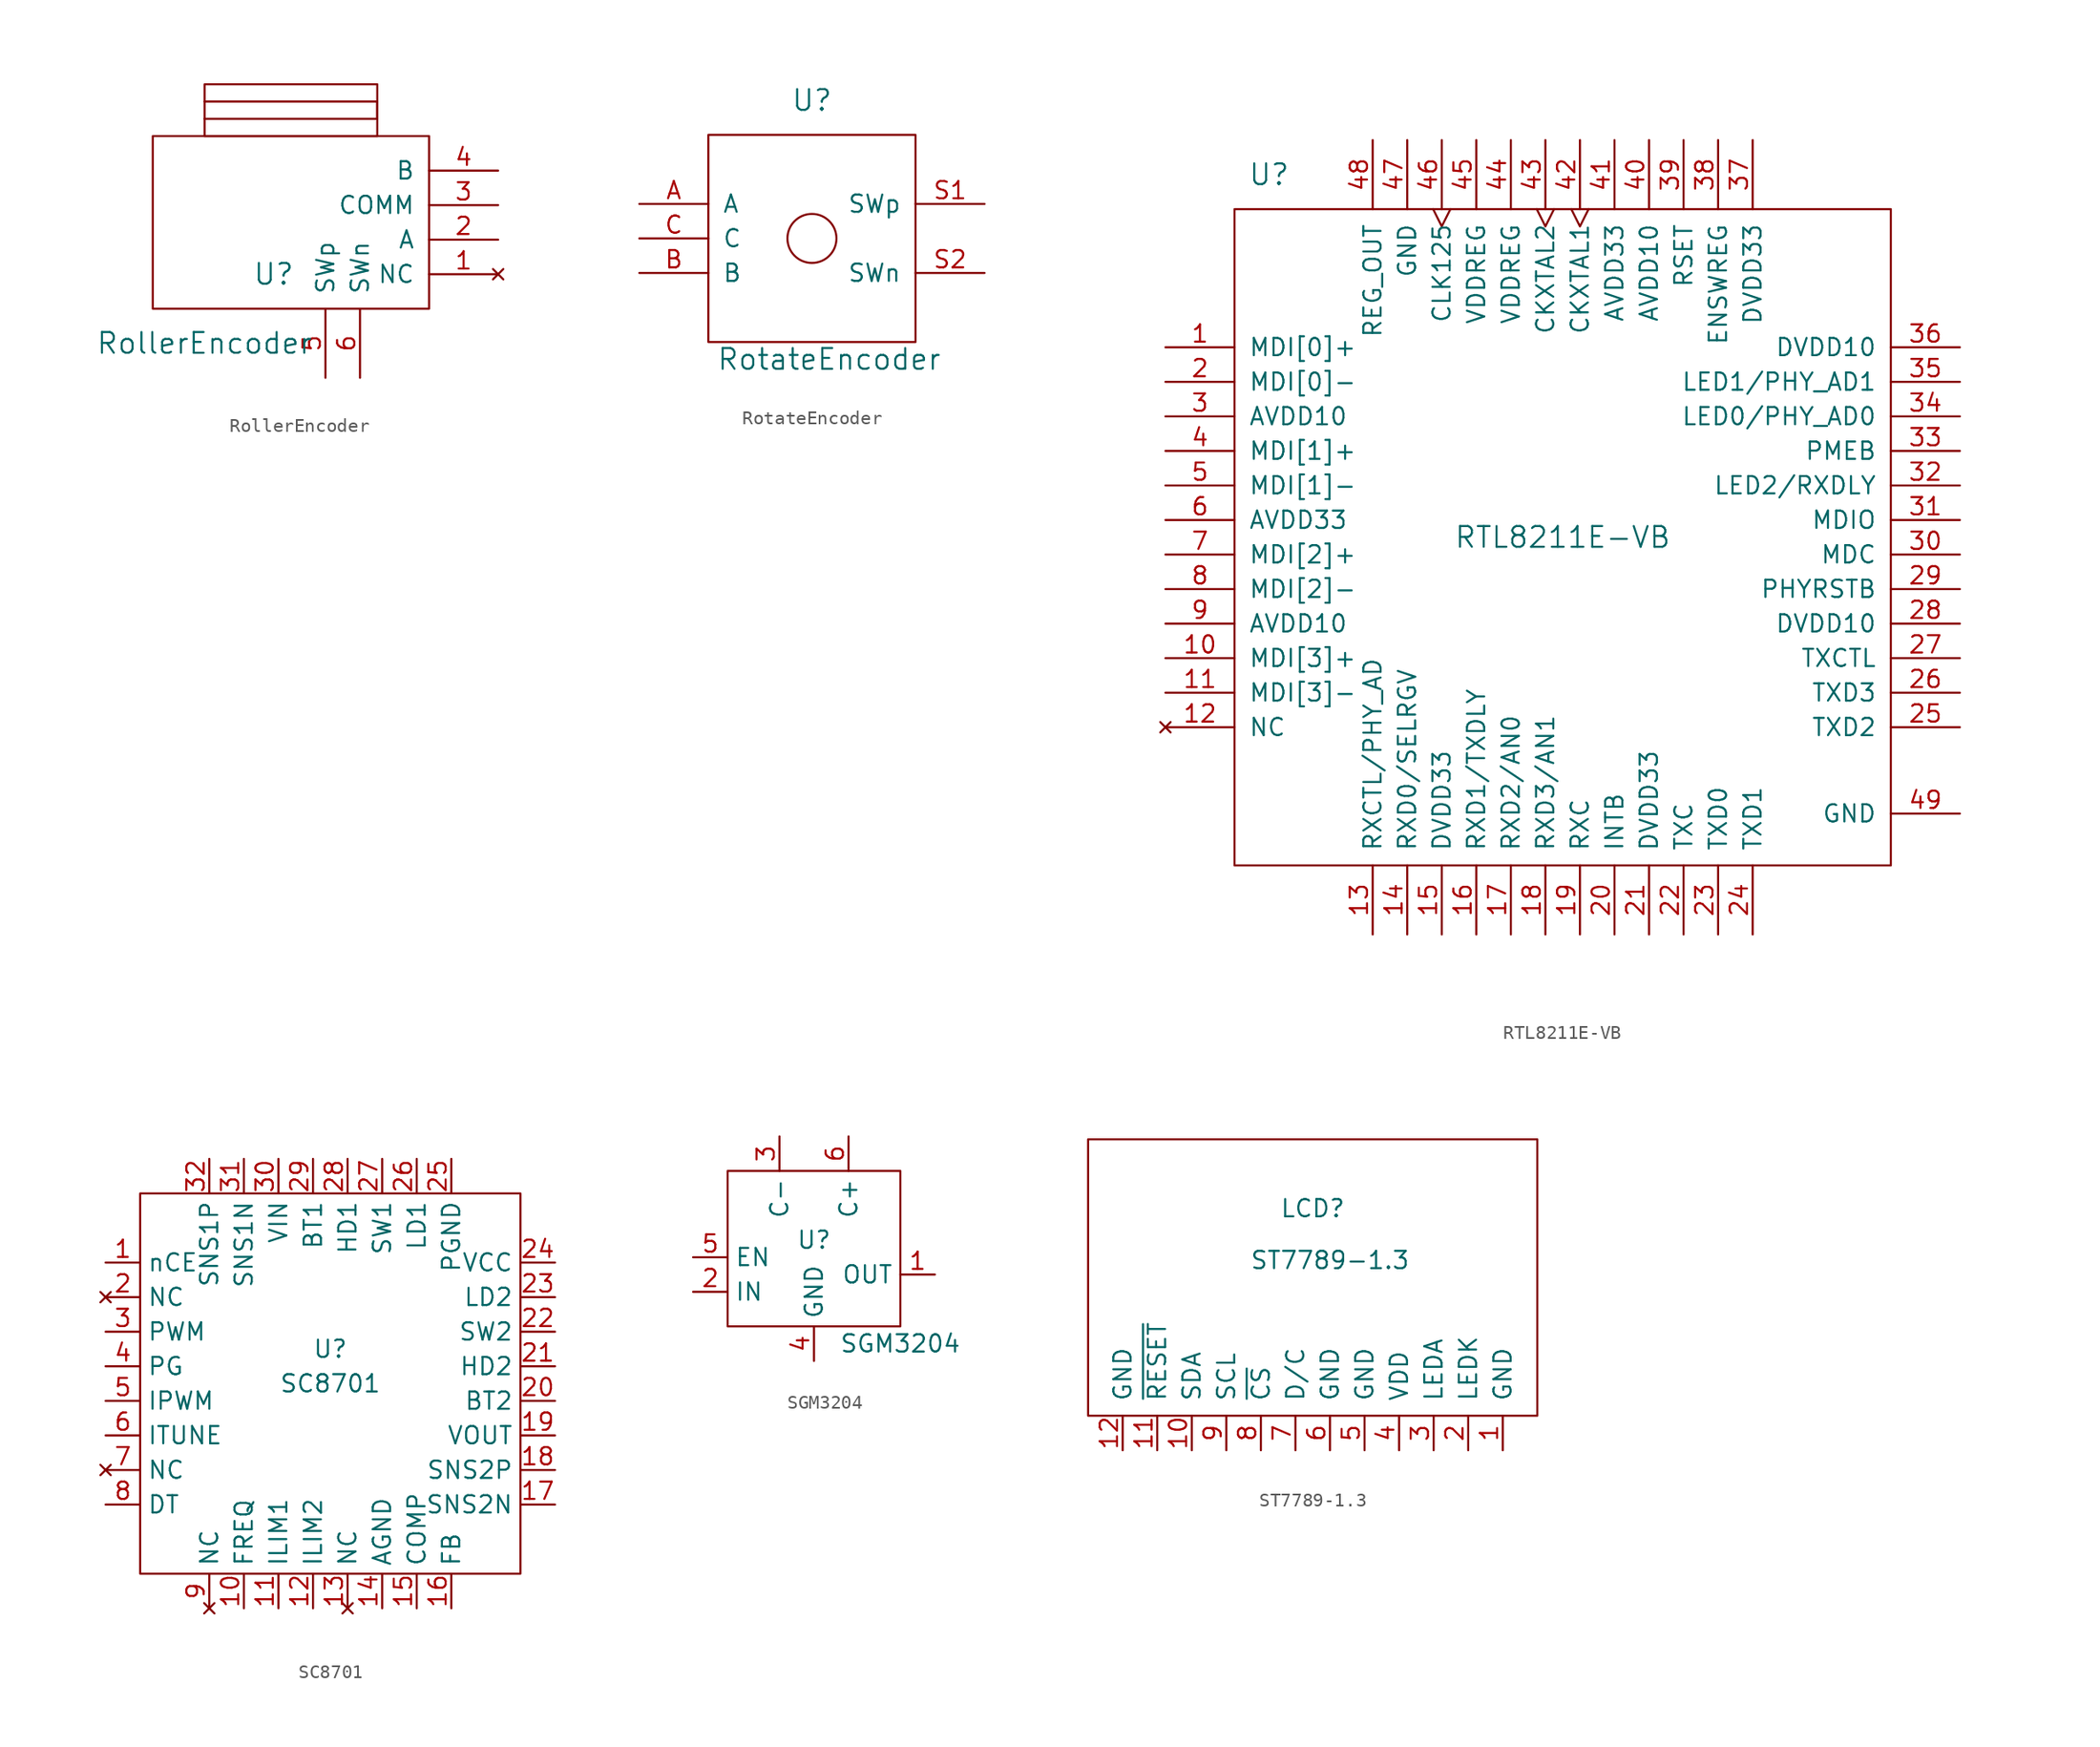
<source format=kicad_sym>
(kicad_symbol_lib
  (version 20220914)
  (generator kicad_symbol_editor)
  (symbol "RollerEncoder"
    (pin_names
      (offset 1.016))
    (property "Reference" "U"
      (at 0 0 0)
      (effects (font (size 1.524 1.524))))
    (property "Value" "RollerEncoder"
      (at -5.08 -5.08 0)
      (effects (font (size 1.524 1.524))))
    (property "Footprint" ""
      (at 0 0 0)
      (effects (font (size 1.524 1.524))))
    (property "Datasheet" ""
      (at 0 0 0)
      (effects (font (size 1.524 1.524))))
    (symbol "RollerEncoder_0_1"
      (rectangle (start -8.89 10.16) (end 11.43 -2.54) (stroke (width 0) (type default)) (fill (type none)))
      (rectangle (start -5.08 10.16) (end 7.62 13.97) (stroke (width 0) (type default)) (fill (type none)))
      (polyline (pts (xy -5.08 12.7) (xy 7.62 12.7) (xy 7.62 11.43) (xy -5.08 11.43)) (stroke (width 0) (type default)) (fill (type none))))
    (symbol "RollerEncoder_1_1"
      (pin no_connect line (at 16.51 0 180) (length 5.08) (name "NC" (effects (font (size 1.27 1.27)))) (number "1" (effects (font (size 1.27 1.27)))))
      (pin input line (at 16.51 2.54 180) (length 5.08) (name "A" (effects (font (size 1.27 1.27)))) (number "2" (effects (font (size 1.27 1.27)))))
      (pin input line (at 16.51 5.08 180) (length 5.08) (name "COMM" (effects (font (size 1.27 1.27)))) (number "3" (effects (font (size 1.27 1.27)))))
      (pin input line (at 16.51 7.62 180) (length 5.08) (name "B" (effects (font (size 1.27 1.27)))) (number "4" (effects (font (size 1.27 1.27)))))
      (pin input line (at 3.81 -7.62 90) (length 5.08) (name "SWp" (effects (font (size 1.27 1.27)))) (number "5" (effects (font (size 1.27 1.27)))))
      (pin input line (at 6.35 -7.62 90) (length 5.08) (name "SWn" (effects (font (size 1.27 1.27)))) (number "6" (effects (font (size 1.27 1.27)))))))
  (symbol "RotateEncoder"
    (pin_names
      (offset 1.016))
    (property "Reference" "U"
      (at 0 10.16 0)
      (effects (font (size 1.524 1.524))))
    (property "Value" "RotateEncoder"
      (at 1.27 -8.89 0)
      (effects (font (size 1.524 1.524))))
    (property "Footprint" ""
      (at 0 -1.27 0)
      (effects (font (size 1.524 1.524))))
    (property "Datasheet" ""
      (at 0 -1.27 0)
      (effects (font (size 1.524 1.524))))
    (symbol "RotateEncoder_0_1"
      (rectangle (start -7.62 7.62) (end 7.62 -7.62) (stroke (width 0) (type default)) (fill (type none)))
      (circle (center 0 0) (radius 1.803) (stroke (width 0) (type default)) (fill (type none))))
    (symbol "RotateEncoder_1_1"
      (pin input line (at -12.7 2.54 0) (length 5.08) (name "A" (effects (font (size 1.27 1.27)))) (number "A" (effects (font (size 1.27 1.27)))))
      (pin input line (at -12.7 -2.54 0) (length 5.08) (name "B" (effects (font (size 1.27 1.27)))) (number "B" (effects (font (size 1.27 1.27)))))
      (pin input line (at -12.7 0 0) (length 5.08) (name "C" (effects (font (size 1.27 1.27)))) (number "C" (effects (font (size 1.27 1.27)))))
      (pin input line (at 12.7 2.54 180) (length 5.08) (name "SWp" (effects (font (size 1.27 1.27)))) (number "S1" (effects (font (size 1.27 1.27)))))
      (pin input line (at 12.7 -2.54 180) (length 5.08) (name "SWn" (effects (font (size 1.27 1.27)))) (number "S2" (effects (font (size 1.27 1.27)))))))
  (symbol "RTL8211E-VB"
    (pin_names
      (offset 1.016))
    (property "Reference" "U"
      (at -20.32 27.94 0)
      (effects (font (size 1.524 1.524))))
    (property "Value" "RTL8211E-VB"
      (at 1.27 1.27 0)
      (effects (font (size 1.524 1.524))))
    (property "Footprint" ""
      (at 10.16 -6.35 0)
      (effects (font (size 1.524 1.524))))
    (property "Datasheet" ""
      (at 10.16 -6.35 0)
      (effects (font (size 1.524 1.524))))
    (symbol "RTL8211E-VB_0_1"
      (rectangle (start -22.86 25.4) (end 25.4 -22.86) (stroke (width 0) (type default)) (fill (type none))))
    (symbol "RTL8211E-VB_1_1"
      (pin bidirectional line (at -27.94 15.24 0) (length 5.08) (name "MDI[0]+" (effects (font (size 1.27 1.27)))) (number "1" (effects (font (size 1.27 1.27)))))
      (pin bidirectional line (at -27.94 -7.62 0) (length 5.08) (name "MDI[3]+" (effects (font (size 1.27 1.27)))) (number "10" (effects (font (size 1.27 1.27)))))
      (pin bidirectional line (at -27.94 -10.16 0) (length 5.08) (name "MDI[3]-" (effects (font (size 1.27 1.27)))) (number "11" (effects (font (size 1.27 1.27)))))
      (pin no_connect line (at -27.94 -12.7 0) (length 5.08) (name "NC" (effects (font (size 1.27 1.27)))) (number "12" (effects (font (size 1.27 1.27)))))
      (pin input line (at -12.7 -27.94 90) (length 5.08) (name "RXCTL/PHY_AD" (effects (font (size 1.27 1.27)))) (number "13" (effects (font (size 1.27 1.27)))))
      (pin input line (at -10.16 -27.94 90) (length 5.08) (name "RXD0/SELRGV" (effects (font (size 1.27 1.27)))) (number "14" (effects (font (size 1.27 1.27)))))
      (pin power_in line (at -7.62 -27.94 90) (length 5.08) (name "DVDD33" (effects (font (size 1.27 1.27)))) (number "15" (effects (font (size 1.27 1.27)))))
      (pin input line (at -5.08 -27.94 90) (length 5.08) (name "RXD1/TXDLY" (effects (font (size 1.27 1.27)))) (number "16" (effects (font (size 1.27 1.27)))))
      (pin input line (at -2.54 -27.94 90) (length 5.08) (name "RXD2/AN0" (effects (font (size 1.27 1.27)))) (number "17" (effects (font (size 1.27 1.27)))))
      (pin input line (at 0 -27.94 90) (length 5.08) (name "RXD3/AN1" (effects (font (size 1.27 1.27)))) (number "18" (effects (font (size 1.27 1.27)))))
      (pin input line (at 2.54 -27.94 90) (length 5.08) (name "RXC" (effects (font (size 1.27 1.27)))) (number "19" (effects (font (size 1.27 1.27)))))
      (pin bidirectional line (at -27.94 12.7 0) (length 5.08) (name "MDI[0]-" (effects (font (size 1.27 1.27)))) (number "2" (effects (font (size 1.27 1.27)))))
      (pin input line (at 5.08 -27.94 90) (length 5.08) (name "INTB" (effects (font (size 1.27 1.27)))) (number "20" (effects (font (size 1.27 1.27)))))
      (pin power_in line (at 7.62 -27.94 90) (length 5.08) (name "DVDD33" (effects (font (size 1.27 1.27)))) (number "21" (effects (font (size 1.27 1.27)))))
      (pin input line (at 10.16 -27.94 90) (length 5.08) (name "TXC" (effects (font (size 1.27 1.27)))) (number "22" (effects (font (size 1.27 1.27)))))
      (pin input line (at 12.7 -27.94 90) (length 5.08) (name "TXD0" (effects (font (size 1.27 1.27)))) (number "23" (effects (font (size 1.27 1.27)))))
      (pin input line (at 15.24 -27.94 90) (length 5.08) (name "TXD1" (effects (font (size 1.27 1.27)))) (number "24" (effects (font (size 1.27 1.27)))))
      (pin input line (at 30.48 -12.7 180) (length 5.08) (name "TXD2" (effects (font (size 1.27 1.27)))) (number "25" (effects (font (size 1.27 1.27)))))
      (pin input line (at 30.48 -10.16 180) (length 5.08) (name "TXD3" (effects (font (size 1.27 1.27)))) (number "26" (effects (font (size 1.27 1.27)))))
      (pin input line (at 30.48 -7.62 180) (length 5.08) (name "TXCTL" (effects (font (size 1.27 1.27)))) (number "27" (effects (font (size 1.27 1.27)))))
      (pin power_in line (at 30.48 -5.08 180) (length 5.08) (name "DVDD10" (effects (font (size 1.27 1.27)))) (number "28" (effects (font (size 1.27 1.27)))))
      (pin input line (at 30.48 -2.54 180) (length 5.08) (name "PHYRSTB" (effects (font (size 1.27 1.27)))) (number "29" (effects (font (size 1.27 1.27)))))
      (pin power_in line (at -27.94 10.16 0) (length 5.08) (name "AVDD10" (effects (font (size 1.27 1.27)))) (number "3" (effects (font (size 1.27 1.27)))))
      (pin input line (at 30.48 0 180) (length 5.08) (name "MDC" (effects (font (size 1.27 1.27)))) (number "30" (effects (font (size 1.27 1.27)))))
      (pin input line (at 30.48 2.54 180) (length 5.08) (name "MDIO" (effects (font (size 1.27 1.27)))) (number "31" (effects (font (size 1.27 1.27)))))
      (pin input line (at 30.48 5.08 180) (length 5.08) (name "LED2/RXDLY" (effects (font (size 1.27 1.27)))) (number "32" (effects (font (size 1.27 1.27)))))
      (pin input line (at 30.48 7.62 180) (length 5.08) (name "PMEB" (effects (font (size 1.27 1.27)))) (number "33" (effects (font (size 1.27 1.27)))))
      (pin input line (at 30.48 10.16 180) (length 5.08) (name "LED0/PHY_AD0" (effects (font (size 1.27 1.27)))) (number "34" (effects (font (size 1.27 1.27)))))
      (pin input line (at 30.48 12.7 180) (length 5.08) (name "LED1/PHY_AD1" (effects (font (size 1.27 1.27)))) (number "35" (effects (font (size 1.27 1.27)))))
      (pin power_in line (at 30.48 15.24 180) (length 5.08) (name "DVDD10" (effects (font (size 1.27 1.27)))) (number "36" (effects (font (size 1.27 1.27)))))
      (pin power_in line (at 15.24 30.48 270) (length 5.08) (name "DVDD33" (effects (font (size 1.27 1.27)))) (number "37" (effects (font (size 1.27 1.27)))))
      (pin input line (at 12.7 30.48 270) (length 5.08) (name "ENSWREG" (effects (font (size 1.27 1.27)))) (number "38" (effects (font (size 1.27 1.27)))))
      (pin input line (at 10.16 30.48 270) (length 5.08) (name "RSET" (effects (font (size 1.27 1.27)))) (number "39" (effects (font (size 1.27 1.27)))))
      (pin bidirectional line (at -27.94 7.62 0) (length 5.08) (name "MDI[1]+" (effects (font (size 1.27 1.27)))) (number "4" (effects (font (size 1.27 1.27)))))
      (pin power_in line (at 7.62 30.48 270) (length 5.08) (name "AVDD10" (effects (font (size 1.27 1.27)))) (number "40" (effects (font (size 1.27 1.27)))))
      (pin power_in line (at 5.08 30.48 270) (length 5.08) (name "AVDD33" (effects (font (size 1.27 1.27)))) (number "41" (effects (font (size 1.27 1.27)))))
      (pin input clock (at 2.54 30.48 270) (length 5.08) (name "CKXTAL1" (effects (font (size 1.27 1.27)))) (number "42" (effects (font (size 1.27 1.27)))))
      (pin input clock (at 0 30.48 270) (length 5.08) (name "CKXTAL2" (effects (font (size 1.27 1.27)))) (number "43" (effects (font (size 1.27 1.27)))))
      (pin power_in line (at -2.54 30.48 270) (length 5.08) (name "VDDREG" (effects (font (size 1.27 1.27)))) (number "44" (effects (font (size 1.27 1.27)))))
      (pin power_in line (at -5.08 30.48 270) (length 5.08) (name "VDDREG" (effects (font (size 1.27 1.27)))) (number "45" (effects (font (size 1.27 1.27)))))
      (pin input clock (at -7.62 30.48 270) (length 5.08) (name "CLK125" (effects (font (size 1.27 1.27)))) (number "46" (effects (font (size 1.27 1.27)))))
      (pin power_in line (at -10.16 30.48 270) (length 5.08) (name "GND" (effects (font (size 1.27 1.27)))) (number "47" (effects (font (size 1.27 1.27)))))
      (pin input line (at -12.7 30.48 270) (length 5.08) (name "REG_OUT" (effects (font (size 1.27 1.27)))) (number "48" (effects (font (size 1.27 1.27)))))
      (pin power_in line (at 30.48 -19.05 180) (length 5.08) (name "GND" (effects (font (size 1.27 1.27)))) (number "49" (effects (font (size 1.27 1.27)))))
      (pin bidirectional line (at -27.94 5.08 0) (length 5.08) (name "MDI[1]-" (effects (font (size 1.27 1.27)))) (number "5" (effects (font (size 1.27 1.27)))))
      (pin power_in line (at -27.94 2.54 0) (length 5.08) (name "AVDD33" (effects (font (size 1.27 1.27)))) (number "6" (effects (font (size 1.27 1.27)))))
      (pin bidirectional line (at -27.94 0 0) (length 5.08) (name "MDI[2]+" (effects (font (size 1.27 1.27)))) (number "7" (effects (font (size 1.27 1.27)))))
      (pin bidirectional line (at -27.94 -2.54 0) (length 5.08) (name "MDI[2]-" (effects (font (size 1.27 1.27)))) (number "8" (effects (font (size 1.27 1.27)))))
      (pin power_in line (at -27.94 -5.08 0) (length 5.08) (name "AVDD10" (effects (font (size 1.27 1.27)))) (number "9" (effects (font (size 1.27 1.27)))))))
  (symbol "SC8701"
    (property "Reference" "U"
      (at 0 2.54 0)
      (effects (font (size 1.27 1.27))))
    (property "Value" "SC8701"
      (at 0 0 0)
      (effects (font (size 1.27 1.27))))
    (symbol "SC8701_0_1"
      (rectangle (start -13.97 13.97) (end 13.97 -13.97) (stroke (width 0) (type default)) (fill (type none))))
    (symbol "SC8701_1_1"
      (pin input line (at -16.51 8.89 0) (length 2.54) (name "nCE" (effects (font (size 1.27 1.27)))) (number "1" (effects (font (size 1.27 1.27)))))
      (pin input line (at -6.35 -16.51 90) (length 2.54) (name "FREQ" (effects (font (size 1.27 1.27)))) (number "10" (effects (font (size 1.27 1.27)))))
      (pin input line (at -3.81 -16.51 90) (length 2.54) (name "ILIM1" (effects (font (size 1.27 1.27)))) (number "11" (effects (font (size 1.27 1.27)))))
      (pin input line (at -1.27 -16.51 90) (length 2.54) (name "ILIM2" (effects (font (size 1.27 1.27)))) (number "12" (effects (font (size 1.27 1.27)))))
      (pin no_connect line (at 1.27 -16.51 90) (length 2.54) (name "NC" (effects (font (size 1.27 1.27)))) (number "13" (effects (font (size 1.27 1.27)))))
      (pin power_in line (at 3.81 -16.51 90) (length 2.54) (name "AGND" (effects (font (size 1.27 1.27)))) (number "14" (effects (font (size 1.27 1.27)))))
      (pin output line (at 6.35 -16.51 90) (length 2.54) (name "COMP" (effects (font (size 1.27 1.27)))) (number "15" (effects (font (size 1.27 1.27)))))
      (pin input line (at 8.89 -16.51 90) (length 2.54) (name "FB" (effects (font (size 1.27 1.27)))) (number "16" (effects (font (size 1.27 1.27)))))
      (pin input line (at 16.51 -8.89 180) (length 2.54) (name "SNS2N" (effects (font (size 1.27 1.27)))) (number "17" (effects (font (size 1.27 1.27)))))
      (pin input line (at 16.51 -6.35 180) (length 2.54) (name "SNS2P" (effects (font (size 1.27 1.27)))) (number "18" (effects (font (size 1.27 1.27)))))
      (pin input line (at 16.51 -3.81 180) (length 2.54) (name "VOUT" (effects (font (size 1.27 1.27)))) (number "19" (effects (font (size 1.27 1.27)))))
      (pin no_connect line (at -16.51 6.35 0) (length 2.54) (name "NC" (effects (font (size 1.27 1.27)))) (number "2" (effects (font (size 1.27 1.27)))))
      (pin power_in line (at 16.51 -1.27 180) (length 2.54) (name "BT2" (effects (font (size 1.27 1.27)))) (number "20" (effects (font (size 1.27 1.27)))))
      (pin power_out line (at 16.51 1.27 180) (length 2.54) (name "HD2" (effects (font (size 1.27 1.27)))) (number "21" (effects (font (size 1.27 1.27)))))
      (pin power_in line (at 16.51 3.81 180) (length 2.54) (name "SW2" (effects (font (size 1.27 1.27)))) (number "22" (effects (font (size 1.27 1.27)))))
      (pin power_out line (at 16.51 6.35 180) (length 2.54) (name "LD2" (effects (font (size 1.27 1.27)))) (number "23" (effects (font (size 1.27 1.27)))))
      (pin power_out line (at 16.51 8.89 180) (length 2.54) (name "VCC" (effects (font (size 1.27 1.27)))) (number "24" (effects (font (size 1.27 1.27)))))
      (pin power_in line (at 8.89 16.51 270) (length 2.54) (name "PGND" (effects (font (size 1.27 1.27)))) (number "25" (effects (font (size 1.27 1.27)))))
      (pin power_out line (at 6.35 16.51 270) (length 2.54) (name "LD1" (effects (font (size 1.27 1.27)))) (number "26" (effects (font (size 1.27 1.27)))))
      (pin power_in line (at 3.81 16.51 270) (length 2.54) (name "SW1" (effects (font (size 1.27 1.27)))) (number "27" (effects (font (size 1.27 1.27)))))
      (pin power_out line (at 1.27 16.51 270) (length 2.54) (name "HD1" (effects (font (size 1.27 1.27)))) (number "28" (effects (font (size 1.27 1.27)))))
      (pin power_in line (at -1.27 16.51 270) (length 2.54) (name "BT1" (effects (font (size 1.27 1.27)))) (number "29" (effects (font (size 1.27 1.27)))))
      (pin input line (at -16.51 3.81 0) (length 2.54) (name "PWM" (effects (font (size 1.27 1.27)))) (number "3" (effects (font (size 1.27 1.27)))))
      (pin power_in line (at -3.81 16.51 270) (length 2.54) (name "VIN" (effects (font (size 1.27 1.27)))) (number "30" (effects (font (size 1.27 1.27)))))
      (pin input line (at -6.35 16.51 270) (length 2.54) (name "SNS1N" (effects (font (size 1.27 1.27)))) (number "31" (effects (font (size 1.27 1.27)))))
      (pin input line (at -8.89 16.51 270) (length 2.54) (name "SNS1P" (effects (font (size 1.27 1.27)))) (number "32" (effects (font (size 1.27 1.27)))))
      (pin power_in line (at 8.89 16.51 270) (length 2.54) hide (name "EP" (effects (font (size 1.27 1.27)))) (number "33" (effects (font (size 1.27 1.27)))))
      (pin output line (at -16.51 1.27 0) (length 2.54) (name "PG" (effects (font (size 1.27 1.27)))) (number "4" (effects (font (size 1.27 1.27)))))
      (pin input line (at -16.51 -1.27 0) (length 2.54) (name "IPWM" (effects (font (size 1.27 1.27)))) (number "5" (effects (font (size 1.27 1.27)))))
      (pin bidirectional line (at -16.51 -3.81 0) (length 2.54) (name "ITUNE" (effects (font (size 1.27 1.27)))) (number "6" (effects (font (size 1.27 1.27)))))
      (pin no_connect line (at -16.51 -6.35 0) (length 2.54) (name "NC" (effects (font (size 1.27 1.27)))) (number "7" (effects (font (size 1.27 1.27)))))
      (pin input line (at -16.51 -8.89 0) (length 2.54) (name "DT" (effects (font (size 1.27 1.27)))) (number "8" (effects (font (size 1.27 1.27)))))
      (pin no_connect line (at -8.89 -16.51 90) (length 2.54) (name "NC" (effects (font (size 1.27 1.27)))) (number "9" (effects (font (size 1.27 1.27)))))))
  (symbol "SGM3204"
    (property "Reference" "U"
      (at 0 1.27 0)
      (effects (font (size 1.27 1.27))))
    (property "Value" "SGM3204"
      (at 6.35 -6.35 0)
      (effects (font (size 1.27 1.27))))
    (symbol "SGM3204_0_1"
      (rectangle (start -6.35 6.35) (end 6.35 -5.08) (stroke (width 0) (type default)) (fill (type none))))
    (symbol "SGM3204_1_1"
      (pin bidirectional line (at 8.89 -1.27 180) (length 2.54) (name "OUT" (effects (font (size 1.27 1.27)))) (number "1" (effects (font (size 1.27 1.27)))))
      (pin bidirectional line (at -8.89 -2.54 0) (length 2.54) (name "IN" (effects (font (size 1.27 1.27)))) (number "2" (effects (font (size 1.27 1.27)))))
      (pin bidirectional line (at -2.54 8.89 270) (length 2.54) (name "C-" (effects (font (size 1.27 1.27)))) (number "3" (effects (font (size 1.27 1.27)))))
      (pin bidirectional line (at 0 -7.62 90) (length 2.54) (name "GND" (effects (font (size 1.27 1.27)))) (number "4" (effects (font (size 1.27 1.27)))))
      (pin bidirectional line (at -8.89 0 0) (length 2.54) (name "EN" (effects (font (size 1.27 1.27)))) (number "5" (effects (font (size 1.27 1.27)))))
      (pin bidirectional line (at 2.54 8.89 270) (length 2.54) (name "C+" (effects (font (size 1.27 1.27)))) (number "6" (effects (font (size 1.27 1.27)))))))
  (symbol "ST7789-1.3"
    (pin_names
      (offset 1.016))
    (property "Reference" "LCD"
      (at 0 6.35 0)
      (effects (font (size 1.27 1.27))))
    (property "Value" "ST7789-1.3"
      (at 1.27 2.54 0)
      (effects (font (size 1.27 1.27))))
    (symbol "ST7789-1.3_0_1"
      (rectangle (start -16.51 -8.89) (end 16.51 11.43) (stroke (width 0) (type default)) (fill (type none))))
    (symbol "ST7789-1.3_1_1"
      (pin power_in line (at 13.97 -11.43 90) (length 2.54) (name "GND" (effects (font (size 1.27 1.27)))) (number "1" (effects (font (size 1.27 1.27)))))
      (pin bidirectional line (at -8.89 -11.43 90) (length 2.54) (name "SDA" (effects (font (size 1.27 1.27)))) (number "10" (effects (font (size 1.27 1.27)))))
      (pin input line (at -11.43 -11.43 90) (length 2.54) (name "~{RESET}" (effects (font (size 1.27 1.27)))) (number "11" (effects (font (size 1.27 1.27)))))
      (pin power_in line (at -13.97 -11.43 90) (length 2.54) (name "GND" (effects (font (size 1.27 1.27)))) (number "12" (effects (font (size 1.27 1.27)))))
      (pin power_in line (at 11.43 -11.43 90) (length 2.54) (name "LEDK" (effects (font (size 1.27 1.27)))) (number "2" (effects (font (size 1.27 1.27)))))
      (pin power_in line (at 8.89 -11.43 90) (length 2.54) (name "LEDA" (effects (font (size 1.27 1.27)))) (number "3" (effects (font (size 1.27 1.27)))))
      (pin power_in line (at 6.35 -11.43 90) (length 2.54) (name "VDD" (effects (font (size 1.27 1.27)))) (number "4" (effects (font (size 1.27 1.27)))))
      (pin power_in line (at 3.81 -11.43 90) (length 2.54) (name "GND" (effects (font (size 1.27 1.27)))) (number "5" (effects (font (size 1.27 1.27)))))
      (pin power_in line (at 1.27 -11.43 90) (length 2.54) (name "GND" (effects (font (size 1.27 1.27)))) (number "6" (effects (font (size 1.27 1.27)))))
      (pin input line (at -1.27 -11.43 90) (length 2.54) (name "D/C" (effects (font (size 1.27 1.27)))) (number "7" (effects (font (size 1.27 1.27)))))
      (pin input line (at -3.81 -11.43 90) (length 2.54) (name "~{CS}" (effects (font (size 1.27 1.27)))) (number "8" (effects (font (size 1.27 1.27)))))
      (pin input line (at -6.35 -11.43 90) (length 2.54) (name "SCL" (effects (font (size 1.27 1.27)))) (number "9" (effects (font (size 1.27 1.27))))))))
</source>
